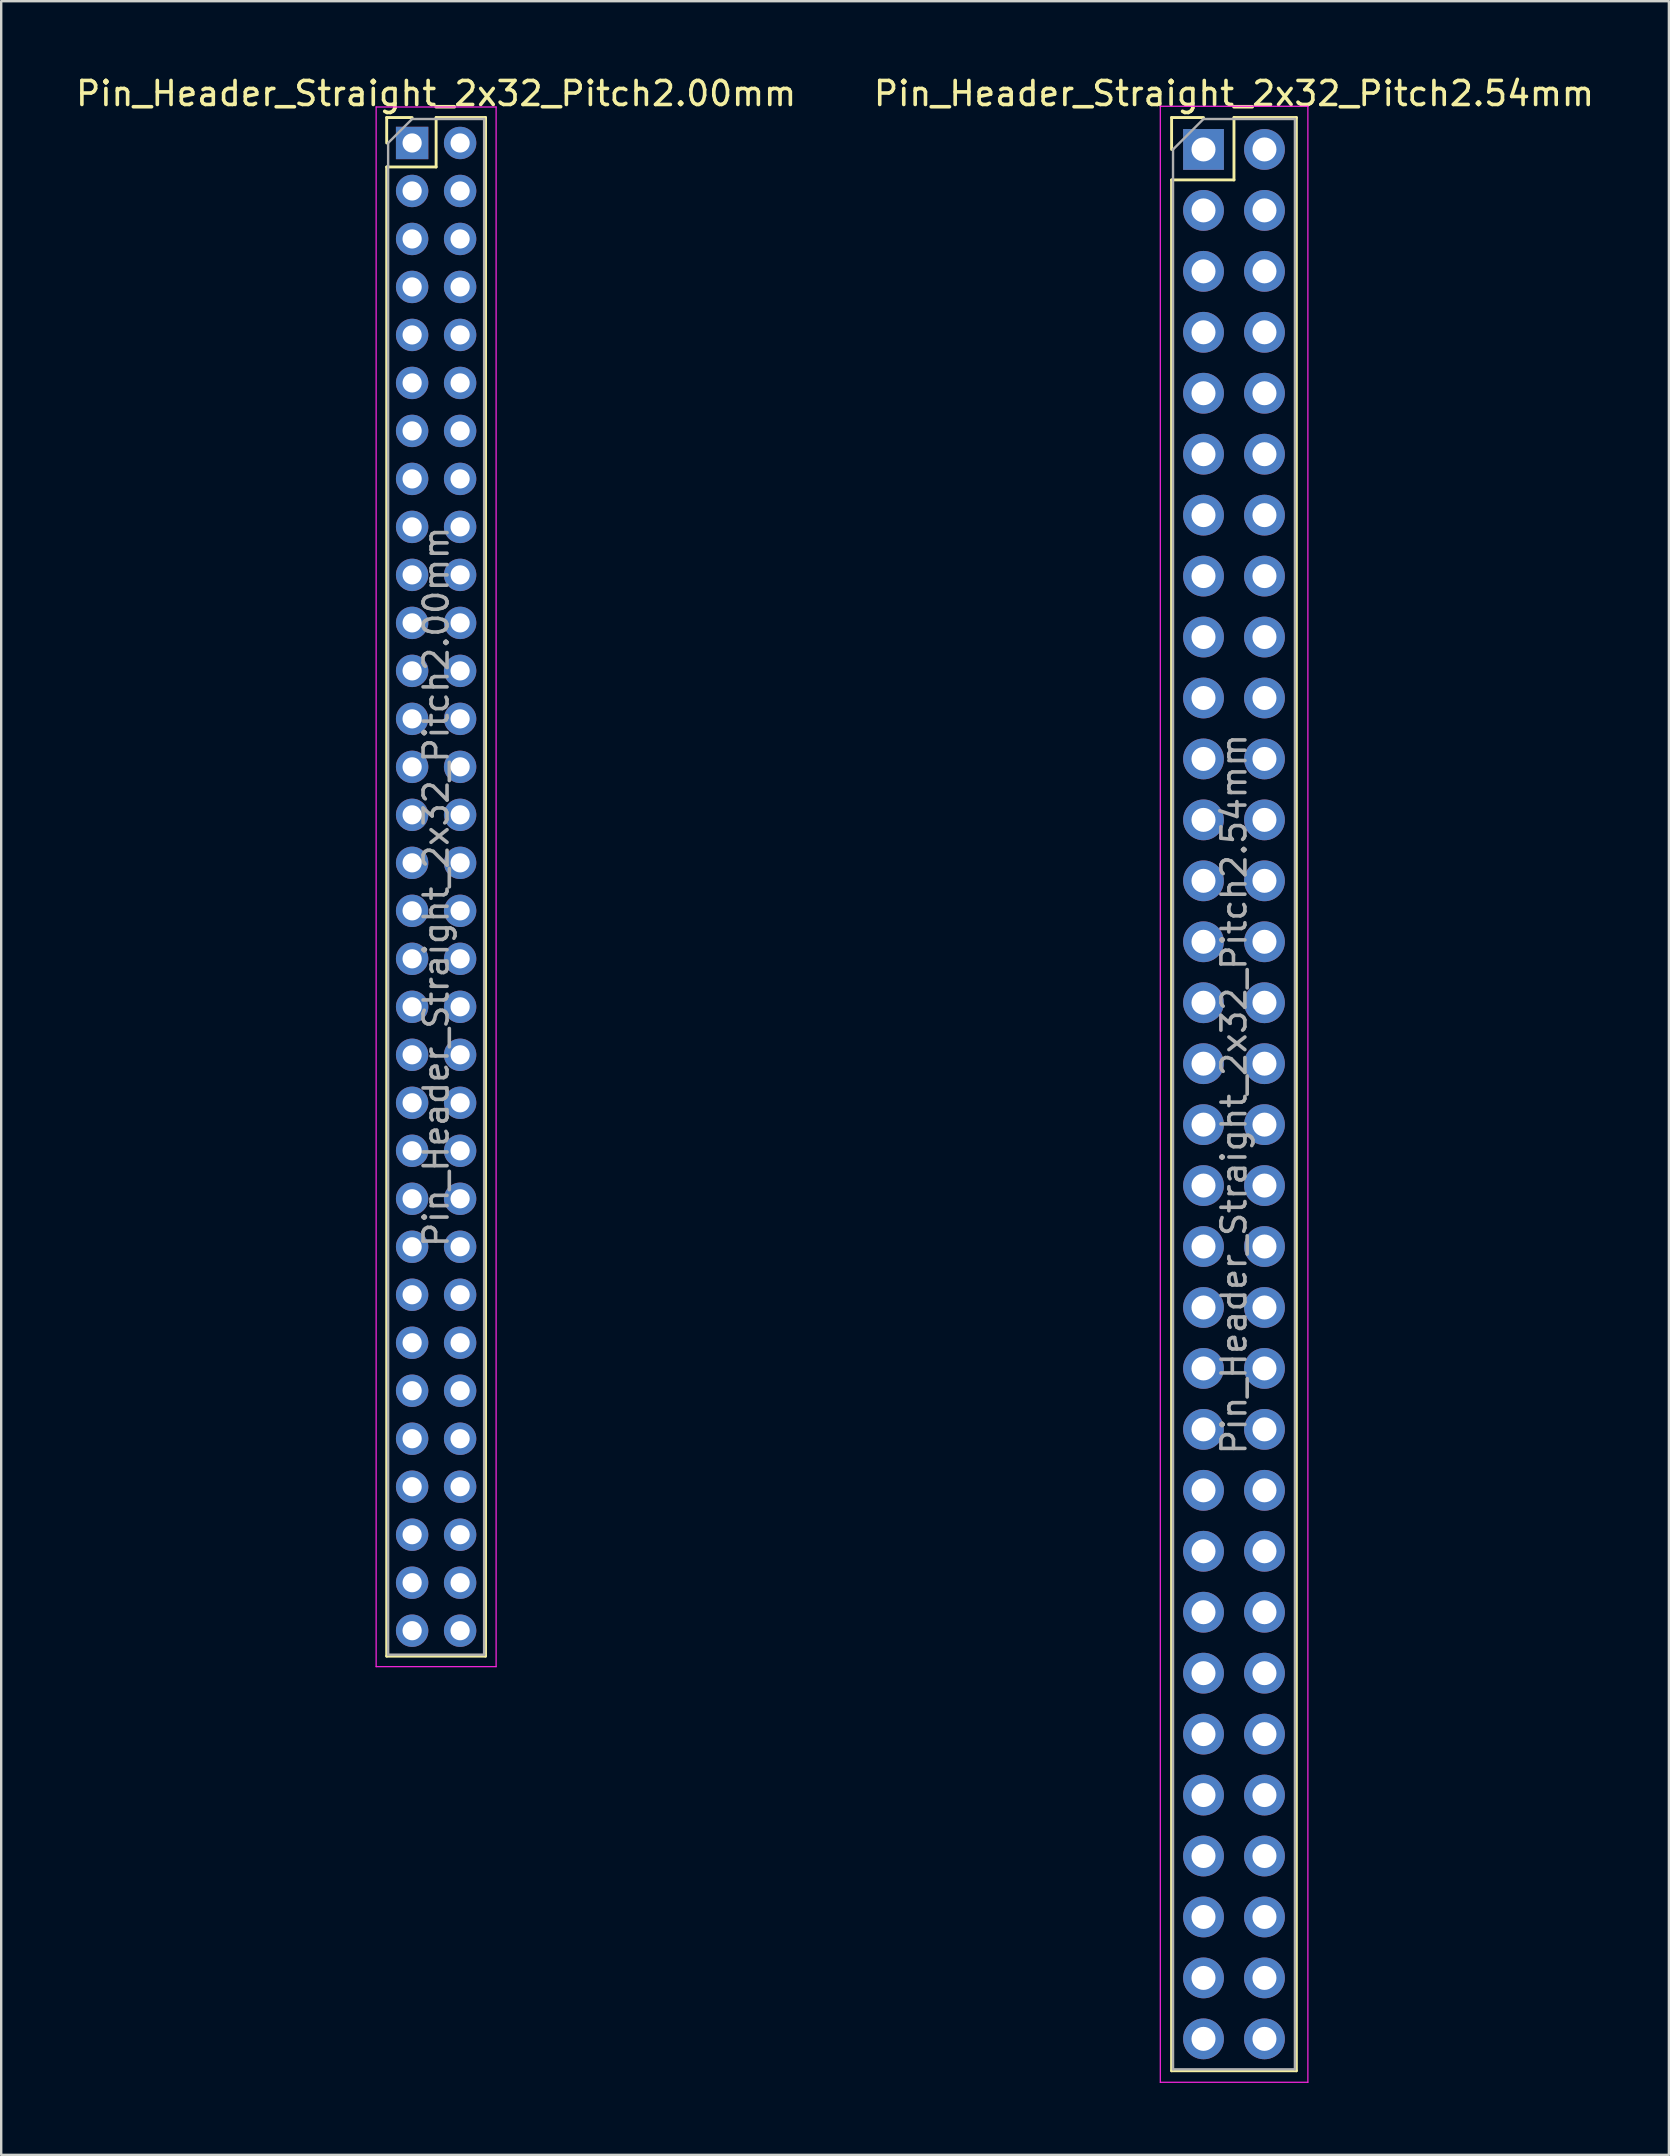
<source format=kicad_pcb>
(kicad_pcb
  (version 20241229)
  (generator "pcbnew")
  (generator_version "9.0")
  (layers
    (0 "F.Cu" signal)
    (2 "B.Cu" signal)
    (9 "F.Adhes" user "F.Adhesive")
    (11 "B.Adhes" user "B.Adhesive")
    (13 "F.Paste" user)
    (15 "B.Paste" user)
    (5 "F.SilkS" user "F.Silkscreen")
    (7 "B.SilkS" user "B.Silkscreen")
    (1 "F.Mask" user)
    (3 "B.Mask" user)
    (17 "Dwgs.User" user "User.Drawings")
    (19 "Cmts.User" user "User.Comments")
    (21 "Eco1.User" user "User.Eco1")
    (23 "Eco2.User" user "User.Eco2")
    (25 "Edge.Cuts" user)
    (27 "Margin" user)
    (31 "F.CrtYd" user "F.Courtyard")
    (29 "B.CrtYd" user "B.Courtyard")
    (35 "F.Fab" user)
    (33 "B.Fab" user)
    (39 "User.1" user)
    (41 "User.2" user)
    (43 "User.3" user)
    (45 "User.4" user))
  (footprint "Pin_Header_Straight_2x32_Pitch2.54mm"
    (layer "F.Cu")
    (at 47.105 3.178)
    (property "Reference" "Pin_Header_Straight_2x32_Pitch2.54mm" (at 1.27 -2.33 0) (layer "F.SilkS") (effects (font (size 1 1) (thickness 0.15))))
    (attr through_hole)
    (fp_line (start -1.33 -1.33) (end 0 -1.33) (stroke (width 0.12) (type solid)) (layer "F.SilkS"))
    (fp_line (start -1.33 0) (end -1.33 -1.33) (stroke (width 0.12) (type solid)) (layer "F.SilkS"))
    (fp_line (start -1.33 1.27) (end -1.33 80.07) (stroke (width 0.12) (type solid)) (layer "F.SilkS"))
    (fp_line (start -1.33 1.27) (end 1.27 1.27) (stroke (width 0.12) (type solid)) (layer "F.SilkS"))
    (fp_line (start -1.33 80.07) (end 3.87 80.07) (stroke (width 0.12) (type solid)) (layer "F.SilkS"))
    (fp_line (start 1.27 -1.33) (end 3.87 -1.33) (stroke (width 0.12) (type solid)) (layer "F.SilkS"))
    (fp_line (start 1.27 1.27) (end 1.27 -1.33) (stroke (width 0.12) (type solid)) (layer "F.SilkS"))
    (fp_line (start 3.87 -1.33) (end 3.87 80.07) (stroke (width 0.12) (type solid)) (layer "F.SilkS"))
    (fp_line (start -1.8 -1.8) (end -1.8 80.55) (stroke (width 0.05) (type solid)) (layer "F.CrtYd"))
    (fp_line (start -1.8 80.55) (end 4.35 80.55) (stroke (width 0.05) (type solid)) (layer "F.CrtYd"))
    (fp_line (start 4.35 -1.8) (end -1.8 -1.8) (stroke (width 0.05) (type solid)) (layer "F.CrtYd"))
    (fp_line (start 4.35 80.55) (end 4.35 -1.8) (stroke (width 0.05) (type solid)) (layer "F.CrtYd"))
    (fp_line (start -1.27 0) (end 0 -1.27) (stroke (width 0.1) (type solid)) (layer "F.Fab"))
    (fp_line (start -1.27 80.01) (end -1.27 0) (stroke (width 0.1) (type solid)) (layer "F.Fab"))
    (fp_line (start 0 -1.27) (end 3.81 -1.27) (stroke (width 0.1) (type solid)) (layer "F.Fab"))
    (fp_line (start 3.81 -1.27) (end 3.81 80.01) (stroke (width 0.1) (type solid)) (layer "F.Fab"))
    (fp_line (start 3.81 80.01) (end -1.27 80.01) (stroke (width 0.1) (type solid)) (layer "F.Fab"))
    (fp_text user "${REFERENCE}" (at 1.27 39.37 90) (layer "F.Fab") (effects (font (size 1 1) (thickness 0.15))))
    (pad "1" thru_hole rect (at 0 0) (size 1.7 1.7) (drill 1) (layers "*.Cu" "*.Mask"))
    (pad "2" thru_hole oval (at 2.54 0) (size 1.7 1.7) (drill 1) (layers "*.Cu" "*.Mask"))
    (pad "3" thru_hole oval (at 0 2.54) (size 1.7 1.7) (drill 1) (layers "*.Cu" "*.Mask"))
    (pad "4" thru_hole oval (at 2.54 2.54) (size 1.7 1.7) (drill 1) (layers "*.Cu" "*.Mask"))
    (pad "5" thru_hole oval (at 0 5.08) (size 1.7 1.7) (drill 1) (layers "*.Cu" "*.Mask"))
    (pad "6" thru_hole oval (at 2.54 5.08) (size 1.7 1.7) (drill 1) (layers "*.Cu" "*.Mask"))
    (pad "7" thru_hole oval (at 0 7.62) (size 1.7 1.7) (drill 1) (layers "*.Cu" "*.Mask"))
    (pad "8" thru_hole oval (at 2.54 7.62) (size 1.7 1.7) (drill 1) (layers "*.Cu" "*.Mask"))
    (pad "9" thru_hole oval (at 0 10.16) (size 1.7 1.7) (drill 1) (layers "*.Cu" "*.Mask"))
    (pad "10" thru_hole oval (at 2.54 10.16) (size 1.7 1.7) (drill 1) (layers "*.Cu" "*.Mask"))
    (pad "11" thru_hole oval (at 0 12.7) (size 1.7 1.7) (drill 1) (layers "*.Cu" "*.Mask"))
    (pad "12" thru_hole oval (at 2.54 12.7) (size 1.7 1.7) (drill 1) (layers "*.Cu" "*.Mask"))
    (pad "13" thru_hole oval (at 0 15.24) (size 1.7 1.7) (drill 1) (layers "*.Cu" "*.Mask"))
    (pad "14" thru_hole oval (at 2.54 15.24) (size 1.7 1.7) (drill 1) (layers "*.Cu" "*.Mask"))
    (pad "15" thru_hole oval (at 0 17.78) (size 1.7 1.7) (drill 1) (layers "*.Cu" "*.Mask"))
    (pad "16" thru_hole oval (at 2.54 17.78) (size 1.7 1.7) (drill 1) (layers "*.Cu" "*.Mask"))
    (pad "17" thru_hole oval (at 0 20.32) (size 1.7 1.7) (drill 1) (layers "*.Cu" "*.Mask"))
    (pad "18" thru_hole oval (at 2.54 20.32) (size 1.7 1.7) (drill 1) (layers "*.Cu" "*.Mask"))
    (pad "19" thru_hole oval (at 0 22.86) (size 1.7 1.7) (drill 1) (layers "*.Cu" "*.Mask"))
    (pad "20" thru_hole oval (at 2.54 22.86) (size 1.7 1.7) (drill 1) (layers "*.Cu" "*.Mask"))
    (pad "21" thru_hole oval (at 0 25.4) (size 1.7 1.7) (drill 1) (layers "*.Cu" "*.Mask"))
    (pad "22" thru_hole oval (at 2.54 25.4) (size 1.7 1.7) (drill 1) (layers "*.Cu" "*.Mask"))
    (pad "23" thru_hole oval (at 0 27.94) (size 1.7 1.7) (drill 1) (layers "*.Cu" "*.Mask"))
    (pad "24" thru_hole oval (at 2.54 27.94) (size 1.7 1.7) (drill 1) (layers "*.Cu" "*.Mask"))
    (pad "25" thru_hole oval (at 0 30.48) (size 1.7 1.7) (drill 1) (layers "*.Cu" "*.Mask"))
    (pad "26" thru_hole oval (at 2.54 30.48) (size 1.7 1.7) (drill 1) (layers "*.Cu" "*.Mask"))
    (pad "27" thru_hole oval (at 0 33.02) (size 1.7 1.7) (drill 1) (layers "*.Cu" "*.Mask"))
    (pad "28" thru_hole oval (at 2.54 33.02) (size 1.7 1.7) (drill 1) (layers "*.Cu" "*.Mask"))
    (pad "29" thru_hole oval (at 0 35.56) (size 1.7 1.7) (drill 1) (layers "*.Cu" "*.Mask"))
    (pad "30" thru_hole oval (at 2.54 35.56) (size 1.7 1.7) (drill 1) (layers "*.Cu" "*.Mask"))
    (pad "31" thru_hole oval (at 0 38.1) (size 1.7 1.7) (drill 1) (layers "*.Cu" "*.Mask"))
    (pad "32" thru_hole oval (at 2.54 38.1) (size 1.7 1.7) (drill 1) (layers "*.Cu" "*.Mask"))
    (pad "33" thru_hole oval (at 0 40.64) (size 1.7 1.7) (drill 1) (layers "*.Cu" "*.Mask"))
    (pad "34" thru_hole oval (at 2.54 40.64) (size 1.7 1.7) (drill 1) (layers "*.Cu" "*.Mask"))
    (pad "35" thru_hole oval (at 0 43.18) (size 1.7 1.7) (drill 1) (layers "*.Cu" "*.Mask"))
    (pad "36" thru_hole oval (at 2.54 43.18) (size 1.7 1.7) (drill 1) (layers "*.Cu" "*.Mask"))
    (pad "37" thru_hole oval (at 0 45.72) (size 1.7 1.7) (drill 1) (layers "*.Cu" "*.Mask"))
    (pad "38" thru_hole oval (at 2.54 45.72) (size 1.7 1.7) (drill 1) (layers "*.Cu" "*.Mask"))
    (pad "39" thru_hole oval (at 0 48.26) (size 1.7 1.7) (drill 1) (layers "*.Cu" "*.Mask"))
    (pad "40" thru_hole oval (at 2.54 48.26) (size 1.7 1.7) (drill 1) (layers "*.Cu" "*.Mask"))
    (pad "41" thru_hole oval (at 0 50.8) (size 1.7 1.7) (drill 1) (layers "*.Cu" "*.Mask"))
    (pad "42" thru_hole oval (at 2.54 50.8) (size 1.7 1.7) (drill 1) (layers "*.Cu" "*.Mask"))
    (pad "43" thru_hole oval (at 0 53.34) (size 1.7 1.7) (drill 1) (layers "*.Cu" "*.Mask"))
    (pad "44" thru_hole oval (at 2.54 53.34) (size 1.7 1.7) (drill 1) (layers "*.Cu" "*.Mask"))
    (pad "45" thru_hole oval (at 0 55.88) (size 1.7 1.7) (drill 1) (layers "*.Cu" "*.Mask"))
    (pad "46" thru_hole oval (at 2.54 55.88) (size 1.7 1.7) (drill 1) (layers "*.Cu" "*.Mask"))
    (pad "47" thru_hole oval (at 0 58.42) (size 1.7 1.7) (drill 1) (layers "*.Cu" "*.Mask"))
    (pad "48" thru_hole oval (at 2.54 58.42) (size 1.7 1.7) (drill 1) (layers "*.Cu" "*.Mask"))
    (pad "49" thru_hole oval (at 0 60.96) (size 1.7 1.7) (drill 1) (layers "*.Cu" "*.Mask"))
    (pad "50" thru_hole oval (at 2.54 60.96) (size 1.7 1.7) (drill 1) (layers "*.Cu" "*.Mask"))
    (pad "51" thru_hole oval (at 0 63.5) (size 1.7 1.7) (drill 1) (layers "*.Cu" "*.Mask"))
    (pad "52" thru_hole oval (at 2.54 63.5) (size 1.7 1.7) (drill 1) (layers "*.Cu" "*.Mask"))
    (pad "53" thru_hole oval (at 0 66.04) (size 1.7 1.7) (drill 1) (layers "*.Cu" "*.Mask"))
    (pad "54" thru_hole oval (at 2.54 66.04) (size 1.7 1.7) (drill 1) (layers "*.Cu" "*.Mask"))
    (pad "55" thru_hole oval (at 0 68.58) (size 1.7 1.7) (drill 1) (layers "*.Cu" "*.Mask"))
    (pad "56" thru_hole oval (at 2.54 68.58) (size 1.7 1.7) (drill 1) (layers "*.Cu" "*.Mask"))
    (pad "57" thru_hole oval (at 0 71.12) (size 1.7 1.7) (drill 1) (layers "*.Cu" "*.Mask"))
    (pad "58" thru_hole oval (at 2.54 71.12) (size 1.7 1.7) (drill 1) (layers "*.Cu" "*.Mask"))
    (pad "59" thru_hole oval (at 0 73.66) (size 1.7 1.7) (drill 1) (layers "*.Cu" "*.Mask"))
    (pad "60" thru_hole oval (at 2.54 73.66) (size 1.7 1.7) (drill 1) (layers "*.Cu" "*.Mask"))
    (pad "61" thru_hole oval (at 0 76.2) (size 1.7 1.7) (drill 1) (layers "*.Cu" "*.Mask"))
    (pad "62" thru_hole oval (at 2.54 76.2) (size 1.7 1.7) (drill 1) (layers "*.Cu" "*.Mask"))
    (pad "63" thru_hole oval (at 0 78.74) (size 1.7 1.7) (drill 1) (layers "*.Cu" "*.Mask"))
    (pad "64" thru_hole oval (at 2.54 78.74) (size 1.7 1.7) (drill 1) (layers "*.Cu" "*.Mask")))
  (footprint "Pin_Header_Straight_2x32_Pitch2.00mm"
    (layer "F.Cu")
    (at 14.125 2.908)
    (property "Reference" "Pin_Header_Straight_2x32_Pitch2.00mm" (at 1 -2.06 0) (layer "F.SilkS") (effects (font (size 1 1) (thickness 0.15))))
    (attr through_hole)
    (fp_line (start -1.06 -1.06) (end 0 -1.06) (stroke (width 0.12) (type solid)) (layer "F.SilkS"))
    (fp_line (start -1.06 0) (end -1.06 -1.06) (stroke (width 0.12) (type solid)) (layer "F.SilkS"))
    (fp_line (start -1.06 1) (end -1.06 63.06) (stroke (width 0.12) (type solid)) (layer "F.SilkS"))
    (fp_line (start -1.06 1) (end 1 1) (stroke (width 0.12) (type solid)) (layer "F.SilkS"))
    (fp_line (start -1.06 63.06) (end 3.06 63.06) (stroke (width 0.12) (type solid)) (layer "F.SilkS"))
    (fp_line (start 1 -1.06) (end 3.06 -1.06) (stroke (width 0.12) (type solid)) (layer "F.SilkS"))
    (fp_line (start 1 1) (end 1 -1.06) (stroke (width 0.12) (type solid)) (layer "F.SilkS"))
    (fp_line (start 3.06 -1.06) (end 3.06 63.06) (stroke (width 0.12) (type solid)) (layer "F.SilkS"))
    (fp_line (start -1.5 -1.5) (end -1.5 63.5) (stroke (width 0.05) (type solid)) (layer "F.CrtYd"))
    (fp_line (start -1.5 63.5) (end 3.5 63.5) (stroke (width 0.05) (type solid)) (layer "F.CrtYd"))
    (fp_line (start 3.5 -1.5) (end -1.5 -1.5) (stroke (width 0.05) (type solid)) (layer "F.CrtYd"))
    (fp_line (start 3.5 63.5) (end 3.5 -1.5) (stroke (width 0.05) (type solid)) (layer "F.CrtYd"))
    (fp_line (start -1 0) (end 0 -1) (stroke (width 0.1) (type solid)) (layer "F.Fab"))
    (fp_line (start -1 63) (end -1 0) (stroke (width 0.1) (type solid)) (layer "F.Fab"))
    (fp_line (start 0 -1) (end 3 -1) (stroke (width 0.1) (type solid)) (layer "F.Fab"))
    (fp_line (start 3 -1) (end 3 63) (stroke (width 0.1) (type solid)) (layer "F.Fab"))
    (fp_line (start 3 63) (end -1 63) (stroke (width 0.1) (type solid)) (layer "F.Fab"))
    (fp_text user "${REFERENCE}" (at 1 31 90) (layer "F.Fab") (effects (font (size 1 1) (thickness 0.15))))
    (pad "1" thru_hole rect (at 0 0) (size 1.35 1.35) (drill 0.8) (layers "*.Cu" "*.Mask"))
    (pad "2" thru_hole oval (at 2 0) (size 1.35 1.35) (drill 0.8) (layers "*.Cu" "*.Mask"))
    (pad "3" thru_hole oval (at 0 2) (size 1.35 1.35) (drill 0.8) (layers "*.Cu" "*.Mask"))
    (pad "4" thru_hole oval (at 2 2) (size 1.35 1.35) (drill 0.8) (layers "*.Cu" "*.Mask"))
    (pad "5" thru_hole oval (at 0 4) (size 1.35 1.35) (drill 0.8) (layers "*.Cu" "*.Mask"))
    (pad "6" thru_hole oval (at 2 4) (size 1.35 1.35) (drill 0.8) (layers "*.Cu" "*.Mask"))
    (pad "7" thru_hole oval (at 0 6) (size 1.35 1.35) (drill 0.8) (layers "*.Cu" "*.Mask"))
    (pad "8" thru_hole oval (at 2 6) (size 1.35 1.35) (drill 0.8) (layers "*.Cu" "*.Mask"))
    (pad "9" thru_hole oval (at 0 8) (size 1.35 1.35) (drill 0.8) (layers "*.Cu" "*.Mask"))
    (pad "10" thru_hole oval (at 2 8) (size 1.35 1.35) (drill 0.8) (layers "*.Cu" "*.Mask"))
    (pad "11" thru_hole oval (at 0 10) (size 1.35 1.35) (drill 0.8) (layers "*.Cu" "*.Mask"))
    (pad "12" thru_hole oval (at 2 10) (size 1.35 1.35) (drill 0.8) (layers "*.Cu" "*.Mask"))
    (pad "13" thru_hole oval (at 0 12) (size 1.35 1.35) (drill 0.8) (layers "*.Cu" "*.Mask"))
    (pad "14" thru_hole oval (at 2 12) (size 1.35 1.35) (drill 0.8) (layers "*.Cu" "*.Mask"))
    (pad "15" thru_hole oval (at 0 14) (size 1.35 1.35) (drill 0.8) (layers "*.Cu" "*.Mask"))
    (pad "16" thru_hole oval (at 2 14) (size 1.35 1.35) (drill 0.8) (layers "*.Cu" "*.Mask"))
    (pad "17" thru_hole oval (at 0 16) (size 1.35 1.35) (drill 0.8) (layers "*.Cu" "*.Mask"))
    (pad "18" thru_hole oval (at 2 16) (size 1.35 1.35) (drill 0.8) (layers "*.Cu" "*.Mask"))
    (pad "19" thru_hole oval (at 0 18) (size 1.35 1.35) (drill 0.8) (layers "*.Cu" "*.Mask"))
    (pad "20" thru_hole oval (at 2 18) (size 1.35 1.35) (drill 0.8) (layers "*.Cu" "*.Mask"))
    (pad "21" thru_hole oval (at 0 20) (size 1.35 1.35) (drill 0.8) (layers "*.Cu" "*.Mask"))
    (pad "22" thru_hole oval (at 2 20) (size 1.35 1.35) (drill 0.8) (layers "*.Cu" "*.Mask"))
    (pad "23" thru_hole oval (at 0 22) (size 1.35 1.35) (drill 0.8) (layers "*.Cu" "*.Mask"))
    (pad "24" thru_hole oval (at 2 22) (size 1.35 1.35) (drill 0.8) (layers "*.Cu" "*.Mask"))
    (pad "25" thru_hole oval (at 0 24) (size 1.35 1.35) (drill 0.8) (layers "*.Cu" "*.Mask"))
    (pad "26" thru_hole oval (at 2 24) (size 1.35 1.35) (drill 0.8) (layers "*.Cu" "*.Mask"))
    (pad "27" thru_hole oval (at 0 26) (size 1.35 1.35) (drill 0.8) (layers "*.Cu" "*.Mask"))
    (pad "28" thru_hole oval (at 2 26) (size 1.35 1.35) (drill 0.8) (layers "*.Cu" "*.Mask"))
    (pad "29" thru_hole oval (at 0 28) (size 1.35 1.35) (drill 0.8) (layers "*.Cu" "*.Mask"))
    (pad "30" thru_hole oval (at 2 28) (size 1.35 1.35) (drill 0.8) (layers "*.Cu" "*.Mask"))
    (pad "31" thru_hole oval (at 0 30) (size 1.35 1.35) (drill 0.8) (layers "*.Cu" "*.Mask"))
    (pad "32" thru_hole oval (at 2 30) (size 1.35 1.35) (drill 0.8) (layers "*.Cu" "*.Mask"))
    (pad "33" thru_hole oval (at 0 32) (size 1.35 1.35) (drill 0.8) (layers "*.Cu" "*.Mask"))
    (pad "34" thru_hole oval (at 2 32) (size 1.35 1.35) (drill 0.8) (layers "*.Cu" "*.Mask"))
    (pad "35" thru_hole oval (at 0 34) (size 1.35 1.35) (drill 0.8) (layers "*.Cu" "*.Mask"))
    (pad "36" thru_hole oval (at 2 34) (size 1.35 1.35) (drill 0.8) (layers "*.Cu" "*.Mask"))
    (pad "37" thru_hole oval (at 0 36) (size 1.35 1.35) (drill 0.8) (layers "*.Cu" "*.Mask"))
    (pad "38" thru_hole oval (at 2 36) (size 1.35 1.35) (drill 0.8) (layers "*.Cu" "*.Mask"))
    (pad "39" thru_hole oval (at 0 38) (size 1.35 1.35) (drill 0.8) (layers "*.Cu" "*.Mask"))
    (pad "40" thru_hole oval (at 2 38) (size 1.35 1.35) (drill 0.8) (layers "*.Cu" "*.Mask"))
    (pad "41" thru_hole oval (at 0 40) (size 1.35 1.35) (drill 0.8) (layers "*.Cu" "*.Mask"))
    (pad "42" thru_hole oval (at 2 40) (size 1.35 1.35) (drill 0.8) (layers "*.Cu" "*.Mask"))
    (pad "43" thru_hole oval (at 0 42) (size 1.35 1.35) (drill 0.8) (layers "*.Cu" "*.Mask"))
    (pad "44" thru_hole oval (at 2 42) (size 1.35 1.35) (drill 0.8) (layers "*.Cu" "*.Mask"))
    (pad "45" thru_hole oval (at 0 44) (size 1.35 1.35) (drill 0.8) (layers "*.Cu" "*.Mask"))
    (pad "46" thru_hole oval (at 2 44) (size 1.35 1.35) (drill 0.8) (layers "*.Cu" "*.Mask"))
    (pad "47" thru_hole oval (at 0 46) (size 1.35 1.35) (drill 0.8) (layers "*.Cu" "*.Mask"))
    (pad "48" thru_hole oval (at 2 46) (size 1.35 1.35) (drill 0.8) (layers "*.Cu" "*.Mask"))
    (pad "49" thru_hole oval (at 0 48) (size 1.35 1.35) (drill 0.8) (layers "*.Cu" "*.Mask"))
    (pad "50" thru_hole oval (at 2 48) (size 1.35 1.35) (drill 0.8) (layers "*.Cu" "*.Mask"))
    (pad "51" thru_hole oval (at 0 50) (size 1.35 1.35) (drill 0.8) (layers "*.Cu" "*.Mask"))
    (pad "52" thru_hole oval (at 2 50) (size 1.35 1.35) (drill 0.8) (layers "*.Cu" "*.Mask"))
    (pad "53" thru_hole oval (at 0 52) (size 1.35 1.35) (drill 0.8) (layers "*.Cu" "*.Mask"))
    (pad "54" thru_hole oval (at 2 52) (size 1.35 1.35) (drill 0.8) (layers "*.Cu" "*.Mask"))
    (pad "55" thru_hole oval (at 0 54) (size 1.35 1.35) (drill 0.8) (layers "*.Cu" "*.Mask"))
    (pad "56" thru_hole oval (at 2 54) (size 1.35 1.35) (drill 0.8) (layers "*.Cu" "*.Mask"))
    (pad "57" thru_hole oval (at 0 56) (size 1.35 1.35) (drill 0.8) (layers "*.Cu" "*.Mask"))
    (pad "58" thru_hole oval (at 2 56) (size 1.35 1.35) (drill 0.8) (layers "*.Cu" "*.Mask"))
    (pad "59" thru_hole oval (at 0 58) (size 1.35 1.35) (drill 0.8) (layers "*.Cu" "*.Mask"))
    (pad "60" thru_hole oval (at 2 58) (size 1.35 1.35) (drill 0.8) (layers "*.Cu" "*.Mask"))
    (pad "61" thru_hole oval (at 0 60) (size 1.35 1.35) (drill 0.8) (layers "*.Cu" "*.Mask"))
    (pad "62" thru_hole oval (at 2 60) (size 1.35 1.35) (drill 0.8) (layers "*.Cu" "*.Mask"))
    (pad "63" thru_hole oval (at 0 62) (size 1.35 1.35) (drill 0.8) (layers "*.Cu" "*.Mask"))
    (pad "64" thru_hole oval (at 2 62) (size 1.35 1.35) (drill 0.8) (layers "*.Cu" "*.Mask")))
  (gr_rect
    (start -3 -3)
    (end 66.5 86.753)
    (stroke (width 0.1) (type default))
    (fill no)
    (layer "Edge.Cuts")))
</source>
